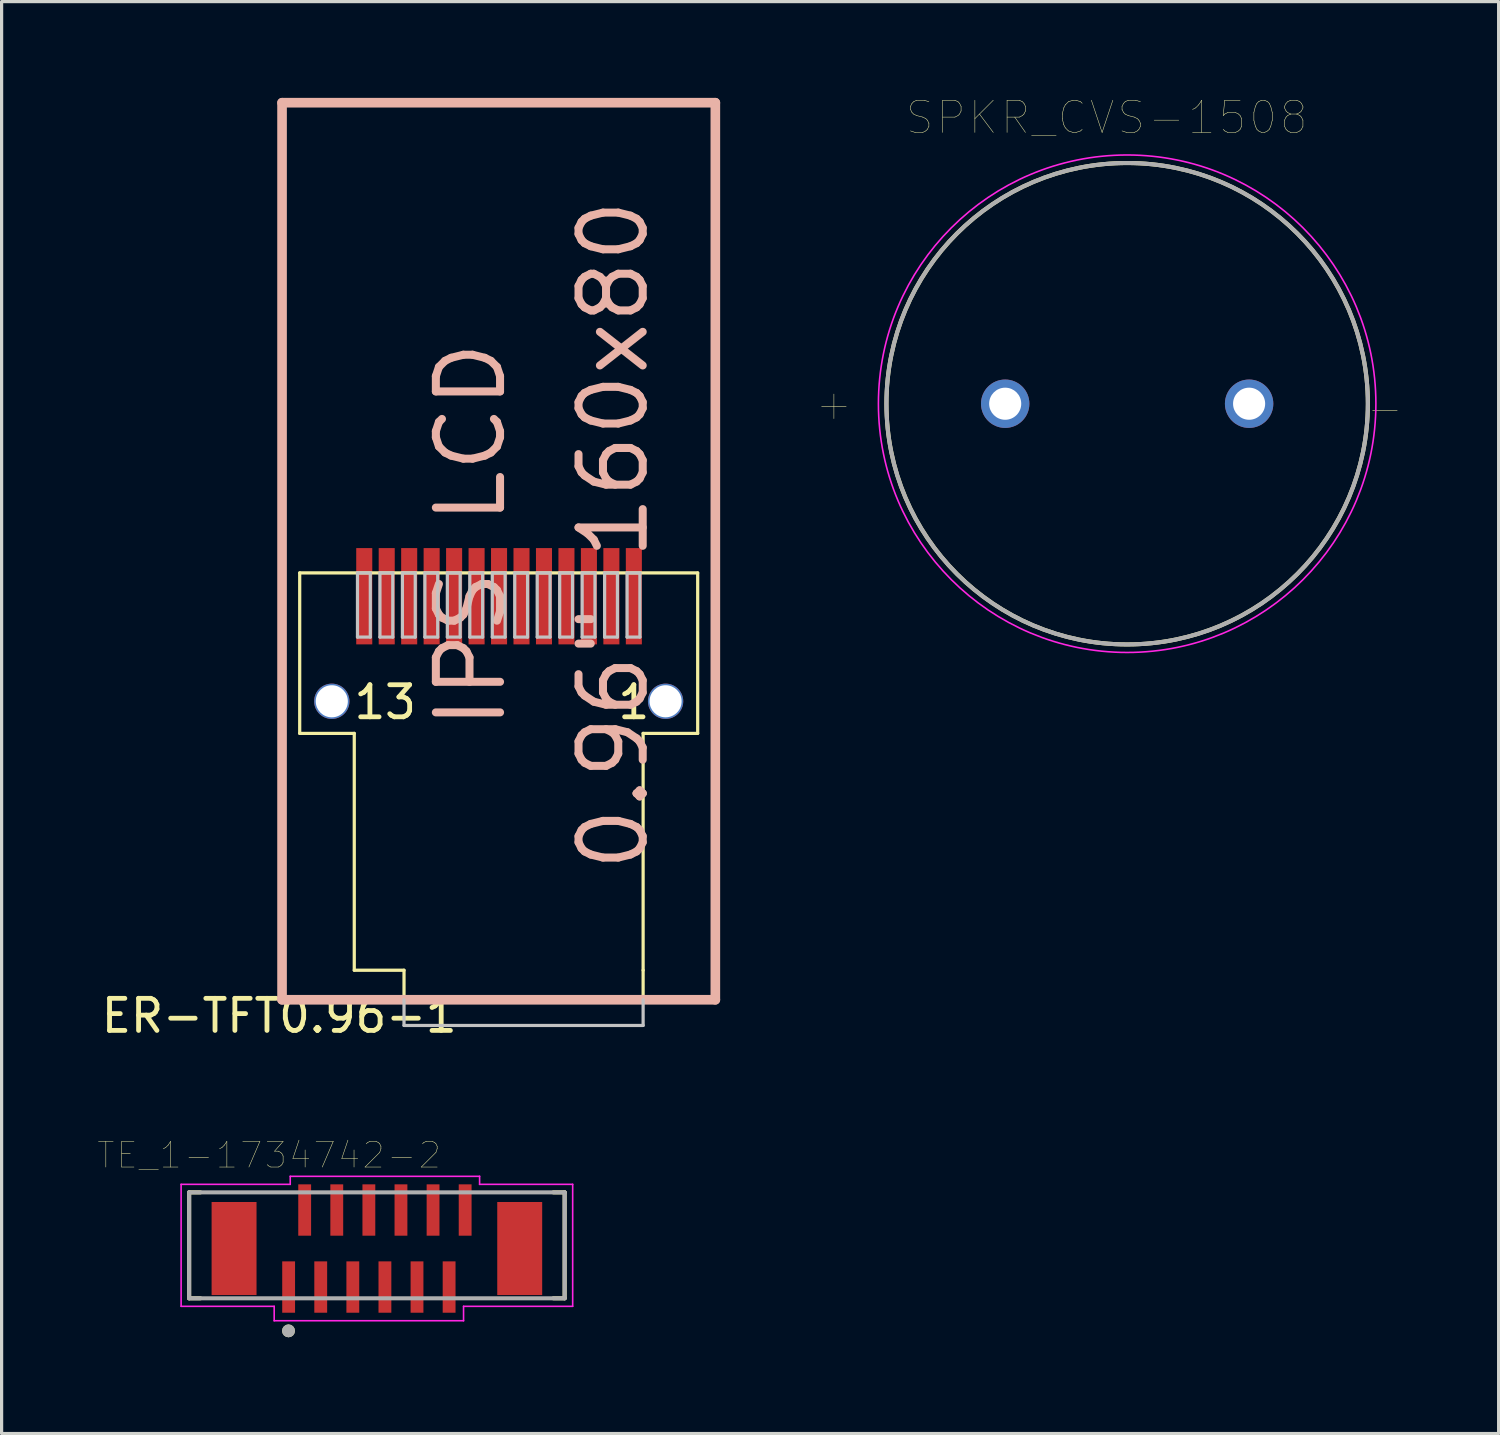
<source format=kicad_pcb>
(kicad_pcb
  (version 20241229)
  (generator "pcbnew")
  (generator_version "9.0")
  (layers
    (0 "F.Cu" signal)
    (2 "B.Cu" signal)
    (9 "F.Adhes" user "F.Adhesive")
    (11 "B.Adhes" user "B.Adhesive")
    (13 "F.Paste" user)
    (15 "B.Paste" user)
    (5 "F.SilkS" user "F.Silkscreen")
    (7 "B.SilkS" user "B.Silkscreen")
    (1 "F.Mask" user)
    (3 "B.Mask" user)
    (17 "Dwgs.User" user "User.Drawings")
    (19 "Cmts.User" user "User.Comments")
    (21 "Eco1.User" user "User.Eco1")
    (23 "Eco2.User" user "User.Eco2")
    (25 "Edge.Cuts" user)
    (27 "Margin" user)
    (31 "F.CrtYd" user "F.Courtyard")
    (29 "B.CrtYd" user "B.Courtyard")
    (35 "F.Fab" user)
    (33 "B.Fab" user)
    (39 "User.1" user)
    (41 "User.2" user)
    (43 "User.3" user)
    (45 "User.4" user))
  (footprint "TE_1-1734742-2"
    (layer "F.Cu")
    (at 8.693 35.851)
    (property "Reference" "TE_1-1734742-2" (at -3.36 -2.908 0) (layer "F.SilkS") (effects (font (size 0.8 0.8) (thickness 0.015))))
    (attr through_hole)
    (fp_line (start -5.85 -1.75) (end -5.85 1.55) (stroke (width 0.127) (type solid)) (layer "F.SilkS"))
    (fp_line (start -5.85 1.55) (end -5.5 1.55) (stroke (width 0.127) (type solid)) (layer "F.SilkS"))
    (fp_line (start -5.5 -1.75) (end -5.85 -1.75) (stroke (width 0.127) (type solid)) (layer "F.SilkS"))
    (fp_line (start 5.5 -1.75) (end 5.85 -1.75) (stroke (width 0.127) (type solid)) (layer "F.SilkS"))
    (fp_line (start 5.85 -1.75) (end 5.85 1.55) (stroke (width 0.127) (type solid)) (layer "F.SilkS"))
    (fp_line (start 5.85 1.55) (end 5.5 1.55) (stroke (width 0.127) (type solid)) (layer "F.SilkS"))
    (fp_circle (center -2.754 2.565) (end -2.654 2.565) (stroke (width 0.2) (type solid)) (fill no) (layer "F.SilkS"))
    (fp_line (start -6.1 -2) (end -2.7 -2) (stroke (width 0.05) (type solid)) (layer "F.CrtYd"))
    (fp_line (start -6.1 1.8) (end -6.1 -2) (stroke (width 0.05) (type solid)) (layer "F.CrtYd"))
    (fp_line (start -3.2 1.8) (end -6.1 1.8) (stroke (width 0.05) (type solid)) (layer "F.CrtYd"))
    (fp_line (start -3.2 2.25) (end -3.2 1.8) (stroke (width 0.05) (type solid)) (layer "F.CrtYd"))
    (fp_line (start -2.7 -2.25) (end 3.2 -2.25) (stroke (width 0.05) (type solid)) (layer "F.CrtYd"))
    (fp_line (start -2.7 -2) (end -2.7 -2.25) (stroke (width 0.05) (type solid)) (layer "F.CrtYd"))
    (fp_line (start 2.7 1.8) (end 2.7 2.25) (stroke (width 0.05) (type solid)) (layer "F.CrtYd"))
    (fp_line (start 2.7 2.25) (end -3.2 2.25) (stroke (width 0.05) (type solid)) (layer "F.CrtYd"))
    (fp_line (start 3.2 -2.25) (end 3.2 -2) (stroke (width 0.05) (type solid)) (layer "F.CrtYd"))
    (fp_line (start 3.2 -2) (end 6.1 -2) (stroke (width 0.05) (type solid)) (layer "F.CrtYd"))
    (fp_line (start 6.1 -2) (end 6.1 1.8) (stroke (width 0.05) (type solid)) (layer "F.CrtYd"))
    (fp_line (start 6.1 1.8) (end 2.7 1.8) (stroke (width 0.05) (type solid)) (layer "F.CrtYd"))
    (fp_line (start -5.85 -1.75) (end 5.85 -1.75) (stroke (width 0.127) (type solid)) (layer "F.Fab"))
    (fp_line (start -5.85 1.55) (end -5.85 -1.75) (stroke (width 0.127) (type solid)) (layer "F.Fab"))
    (fp_line (start 5.85 -1.75) (end 5.85 1.55) (stroke (width 0.127) (type solid)) (layer "F.Fab"))
    (fp_line (start 5.85 1.55) (end -5.85 1.55) (stroke (width 0.127) (type solid)) (layer "F.Fab"))
    (fp_circle (center -2.754 2.565) (end -2.654 2.565) (stroke (width 0.2) (type solid)) (fill no) (layer "F.Fab"))
    (pad "1" smd rect (at -2.75 1.2) (size 0.4 1.6) (layers "F.Cu" "F.Mask" "F.Paste"))
    (pad "2" smd rect (at -2.25 -1.2) (size 0.4 1.6) (layers "F.Cu" "F.Mask" "F.Paste"))
    (pad "3" smd rect (at -1.75 1.2) (size 0.4 1.6) (layers "F.Cu" "F.Mask" "F.Paste"))
    (pad "4" smd rect (at -1.25 -1.2) (size 0.4 1.6) (layers "F.Cu" "F.Mask" "F.Paste"))
    (pad "5" smd rect (at -0.75 1.2) (size 0.4 1.6) (layers "F.Cu" "F.Mask" "F.Paste"))
    (pad "6" smd rect (at -0.25 -1.2) (size 0.4 1.6) (layers "F.Cu" "F.Mask" "F.Paste"))
    (pad "7" smd rect (at 0.25 1.2) (size 0.4 1.6) (layers "F.Cu" "F.Mask" "F.Paste"))
    (pad "8" smd rect (at 0.75 -1.2) (size 0.4 1.6) (layers "F.Cu" "F.Mask" "F.Paste"))
    (pad "9" smd rect (at 1.25 1.2) (size 0.4 1.6) (layers "F.Cu" "F.Mask" "F.Paste"))
    (pad "10" smd rect (at 1.75 -1.2) (size 0.4 1.6) (layers "F.Cu" "F.Mask" "F.Paste"))
    (pad "11" smd rect (at 2.25 1.2) (size 0.4 1.6) (layers "F.Cu" "F.Mask" "F.Paste"))
    (pad "12" smd rect (at 2.75 -1.2) (size 0.4 1.6) (layers "F.Cu" "F.Mask" "F.Paste"))
    (pad "S1" smd rect (at -4.45 0) (size 1.4 2.9) (layers "F.Cu" "F.Mask" "F.Paste"))
    (pad "S2" smd rect (at 4.45 0) (size 1.4 2.9) (layers "F.Cu" "F.Mask" "F.Paste")))
  (footprint "SPKR_CVS-1508"
    (layer "F.Cu")
    (at 32.069 9.529)
    (property "Reference" "SPKR_CVS-1508" (at -0.637 -8.916 0) (layer "F.SilkS") (effects (font (size 1.003 1.003) (thickness 0.015))))
    (attr through_hole)
    (fp_circle (center 0 0) (end 7.5 0) (stroke (width 0.127) (type solid)) (fill no) (layer "F.SilkS"))
    (fp_circle (center 0 0) (end 7.75 0) (stroke (width 0.05) (type solid)) (fill no) (layer "F.CrtYd"))
    (fp_circle (center 0 0) (end 7.5 0) (stroke (width 0.127) (type solid)) (fill no) (layer "F.Fab"))
    (fp_text user "+" (at -9.137 0 0) (layer "F.SilkS") (effects (font (size 1.004 1.004) (thickness 0.015))))
    (fp_text user "-" (at 8.031 0.127 0) (layer "F.SilkS") (effects (font (size 1.004 1.004) (thickness 0.015))))
    (pad "1" thru_hole circle (at -3.8 0) (size 1.508 1.508) (drill 1) (layers "*.Cu" "*.Mask"))
    (pad "2" thru_hole circle (at 3.8 0) (size 1.508 1.508) (drill 1) (layers "*.Cu" "*.Mask")))
  (footprint "ER-TFT0.96-1"
    (layer "F.Cu")
    (at 5.649 28.1)
    (property "Reference" "ER-TFT0.96-1" (at 0 0.5 0) (layer "F.SilkS") (effects (font (size 1 1) (thickness 0.15))))
    (attr through_hole)
    (fp_line (start 0.639 -13.3) (end 0.639 -8.3) (stroke (width 0.1) (type solid)) (layer "F.SilkS"))
    (fp_line (start 0.639 -13.3) (end 13.039 -13.3) (stroke (width 0.1) (type solid)) (layer "F.SilkS"))
    (fp_line (start 0.639 -8.3) (end 2.339 -8.3) (stroke (width 0.1) (type solid)) (layer "F.SilkS"))
    (fp_line (start 2.339 -8.3) (end 2.339 -0.92) (stroke (width 0.1) (type solid)) (layer "F.SilkS"))
    (fp_line (start 2.339 -0.92) (end 3.889 -0.92) (stroke (width 0.1) (type solid)) (layer "F.SilkS"))
    (fp_line (start 3.889 -0.92) (end 3.889 0) (stroke (width 0.1) (type solid)) (layer "F.SilkS"))
    (fp_line (start 11.339 -8.3) (end 11.339 -0.92) (stroke (width 0.1) (type solid)) (layer "F.SilkS"))
    (fp_line (start 11.339 -0.92) (end 11.339 0) (stroke (width 0.1) (type solid)) (layer "F.SilkS"))
    (fp_line (start 13.039 -13.3) (end 13.039 -8.3) (stroke (width 0.1) (type solid)) (layer "F.SilkS"))
    (fp_line (start 13.039 -8.3) (end 11.339 -8.3) (stroke (width 0.1) (type solid)) (layer "F.SilkS"))
    (fp_line (start 0.089 -27.95) (end 13.589 -27.95) (stroke (width 0.3) (type solid)) (layer "B.SilkS"))
    (fp_line (start 0.089 0) (end 0.089 -27.95) (stroke (width 0.3) (type solid)) (layer "B.SilkS"))
    (fp_line (start 13.589 -27.95) (end 13.589 0) (stroke (width 0.3) (type solid)) (layer "B.SilkS"))
    (fp_line (start 13.589 0) (end 0.089 0) (stroke (width 0.3) (type solid)) (layer "B.SilkS"))
    (fp_line (start 2.439 -13.3) (end 2.839 -13.3) (stroke (width 0.1) (type solid)) (layer "Dwgs.User"))
    (fp_line (start 2.439 -11.3) (end 2.439 -13.3) (stroke (width 0.1) (type solid)) (layer "Dwgs.User"))
    (fp_line (start 2.839 -13.3) (end 2.839 -11.3) (stroke (width 0.1) (type solid)) (layer "Dwgs.User"))
    (fp_line (start 2.839 -11.3) (end 2.439 -11.3) (stroke (width 0.1) (type solid)) (layer "Dwgs.User"))
    (fp_line (start 3.139 -13.3) (end 3.539 -13.3) (stroke (width 0.1) (type solid)) (layer "Dwgs.User"))
    (fp_line (start 3.139 -11.3) (end 3.139 -13.3) (stroke (width 0.1) (type solid)) (layer "Dwgs.User"))
    (fp_line (start 3.539 -13.3) (end 3.539 -11.3) (stroke (width 0.1) (type solid)) (layer "Dwgs.User"))
    (fp_line (start 3.539 -11.3) (end 3.139 -11.3) (stroke (width 0.1) (type solid)) (layer "Dwgs.User"))
    (fp_line (start 3.839 -13.3) (end 4.239 -13.3) (stroke (width 0.1) (type solid)) (layer "Dwgs.User"))
    (fp_line (start 3.839 -11.3) (end 3.839 -13.3) (stroke (width 0.1) (type solid)) (layer "Dwgs.User"))
    (fp_line (start 3.889 0) (end 3.889 0.8) (stroke (width 0.1) (type solid)) (layer "Dwgs.User"))
    (fp_line (start 3.889 0.8) (end 11.339 0.8) (stroke (width 0.1) (type solid)) (layer "Dwgs.User"))
    (fp_line (start 4.239 -13.3) (end 4.239 -11.3) (stroke (width 0.1) (type solid)) (layer "Dwgs.User"))
    (fp_line (start 4.239 -11.3) (end 3.839 -11.3) (stroke (width 0.1) (type solid)) (layer "Dwgs.User"))
    (fp_line (start 4.539 -13.3) (end 4.939 -13.3) (stroke (width 0.1) (type solid)) (layer "Dwgs.User"))
    (fp_line (start 4.539 -11.3) (end 4.539 -13.3) (stroke (width 0.1) (type solid)) (layer "Dwgs.User"))
    (fp_line (start 4.939 -13.3) (end 4.939 -11.3) (stroke (width 0.1) (type solid)) (layer "Dwgs.User"))
    (fp_line (start 4.939 -11.3) (end 4.539 -11.3) (stroke (width 0.1) (type solid)) (layer "Dwgs.User"))
    (fp_line (start 5.239 -13.3) (end 5.639 -13.3) (stroke (width 0.1) (type solid)) (layer "Dwgs.User"))
    (fp_line (start 5.239 -11.3) (end 5.239 -13.3) (stroke (width 0.1) (type solid)) (layer "Dwgs.User"))
    (fp_line (start 5.639 -13.3) (end 5.639 -11.3) (stroke (width 0.1) (type solid)) (layer "Dwgs.User"))
    (fp_line (start 5.639 -11.3) (end 5.239 -11.3) (stroke (width 0.1) (type solid)) (layer "Dwgs.User"))
    (fp_line (start 5.939 -13.3) (end 6.339 -13.3) (stroke (width 0.1) (type solid)) (layer "Dwgs.User"))
    (fp_line (start 5.939 -11.3) (end 5.939 -13.3) (stroke (width 0.1) (type solid)) (layer "Dwgs.User"))
    (fp_line (start 6.339 -13.3) (end 6.339 -11.3) (stroke (width 0.1) (type solid)) (layer "Dwgs.User"))
    (fp_line (start 6.339 -11.3) (end 5.939 -11.3) (stroke (width 0.1) (type solid)) (layer "Dwgs.User"))
    (fp_line (start 6.639 -13.3) (end 6.639 -11.3) (stroke (width 0.1) (type solid)) (layer "Dwgs.User"))
    (fp_line (start 6.639 -11.3) (end 7.039 -11.3) (stroke (width 0.1) (type solid)) (layer "Dwgs.User"))
    (fp_line (start 7.039 -13.3) (end 6.639 -13.3) (stroke (width 0.1) (type solid)) (layer "Dwgs.User"))
    (fp_line (start 7.039 -11.3) (end 7.039 -13.3) (stroke (width 0.1) (type solid)) (layer "Dwgs.User"))
    (fp_line (start 7.339 -13.3) (end 7.739 -13.3) (stroke (width 0.1) (type solid)) (layer "Dwgs.User"))
    (fp_line (start 7.339 -11.3) (end 7.339 -13.3) (stroke (width 0.1) (type solid)) (layer "Dwgs.User"))
    (fp_line (start 7.739 -13.3) (end 7.739 -11.3) (stroke (width 0.1) (type solid)) (layer "Dwgs.User"))
    (fp_line (start 7.739 -11.3) (end 7.339 -11.3) (stroke (width 0.1) (type solid)) (layer "Dwgs.User"))
    (fp_line (start 8.039 -13.3) (end 8.439 -13.3) (stroke (width 0.1) (type solid)) (layer "Dwgs.User"))
    (fp_line (start 8.039 -11.3) (end 8.039 -13.3) (stroke (width 0.1) (type solid)) (layer "Dwgs.User"))
    (fp_line (start 8.439 -13.3) (end 8.439 -11.3) (stroke (width 0.1) (type solid)) (layer "Dwgs.User"))
    (fp_line (start 8.439 -11.3) (end 8.039 -11.3) (stroke (width 0.1) (type solid)) (layer "Dwgs.User"))
    (fp_line (start 8.739 -13.3) (end 9.139 -13.3) (stroke (width 0.1) (type solid)) (layer "Dwgs.User"))
    (fp_line (start 8.739 -11.3) (end 8.739 -13.3) (stroke (width 0.1) (type solid)) (layer "Dwgs.User"))
    (fp_line (start 9.139 -13.3) (end 9.139 -11.3) (stroke (width 0.1) (type solid)) (layer "Dwgs.User"))
    (fp_line (start 9.139 -11.3) (end 8.739 -11.3) (stroke (width 0.1) (type solid)) (layer "Dwgs.User"))
    (fp_line (start 9.439 -13.3) (end 9.839 -13.3) (stroke (width 0.1) (type solid)) (layer "Dwgs.User"))
    (fp_line (start 9.439 -11.3) (end 9.439 -13.3) (stroke (width 0.1) (type solid)) (layer "Dwgs.User"))
    (fp_line (start 9.839 -13.3) (end 9.839 -11.3) (stroke (width 0.1) (type solid)) (layer "Dwgs.User"))
    (fp_line (start 9.839 -11.3) (end 9.439 -11.3) (stroke (width 0.1) (type solid)) (layer "Dwgs.User"))
    (fp_line (start 10.139 -13.3) (end 10.539 -13.3) (stroke (width 0.1) (type solid)) (layer "Dwgs.User"))
    (fp_line (start 10.139 -11.3) (end 10.139 -13.3) (stroke (width 0.1) (type solid)) (layer "Dwgs.User"))
    (fp_line (start 10.539 -13.3) (end 10.539 -11.3) (stroke (width 0.1) (type solid)) (layer "Dwgs.User"))
    (fp_line (start 10.539 -11.3) (end 10.139 -11.3) (stroke (width 0.1) (type solid)) (layer "Dwgs.User"))
    (fp_line (start 10.839 -13.3) (end 11.239 -13.3) (stroke (width 0.1) (type solid)) (layer "Dwgs.User"))
    (fp_line (start 10.839 -11.3) (end 10.839 -13.3) (stroke (width 0.1) (type solid)) (layer "Dwgs.User"))
    (fp_line (start 11.239 -13.3) (end 11.239 -11.3) (stroke (width 0.1) (type solid)) (layer "Dwgs.User"))
    (fp_line (start 11.239 -11.3) (end 10.839 -11.3) (stroke (width 0.1) (type solid)) (layer "Dwgs.User"))
    (fp_line (start 11.339 0.8) (end 11.339 0) (stroke (width 0.1) (type solid)) (layer "Dwgs.User"))
    (fp_circle (center 1.639 -9.3) (end 1.889 -9.3) (stroke (width 0.1) (type solid)) (fill no) (layer "Dwgs.User"))
    (fp_circle (center 12.039 -9.3) (end 12.289 -9.3) (stroke (width 0.1) (type solid)) (fill no) (layer "Dwgs.User"))
    (fp_text user "1" (at 11.049 -9.271 0) (layer "F.SilkS") (effects (font (size 1 1) (thickness 0.15))))
    (fp_text user "13" (at 3.302 -9.271 0) (layer "F.SilkS") (effects (font (size 1 1) (thickness 0.15))))
    (fp_text user "IPS LCD" (at 5.969 -14.478 270) (layer "B.SilkS") (effects (font (size 2 2) (thickness 0.25))))
    (fp_text user "0.96\" 160x80" (at 10.414 -14.478 270) (layer "B.SilkS") (effects (font (size 2 2) (thickness 0.25))))
    (pad "" thru_hole circle (at 1.639 -9.3) (size 1.1 1.1) (drill 1) (layers "F.Cu"))
    (pad "" thru_hole circle (at 12.039 -9.3) (size 1.1 1.1) (drill 1) (layers "F.Cu"))
    (pad "1" smd rect (at 2.65 -12.573) (size 0.5 3) (layers "F.Cu" "F.Mask" "F.Paste"))
    (pad "2" smd rect (at 3.35 -12.573) (size 0.5 3) (layers "F.Cu" "F.Mask" "F.Paste"))
    (pad "3" smd rect (at 4.05 -12.573) (size 0.5 3) (layers "F.Cu" "F.Mask" "F.Paste"))
    (pad "4" smd rect (at 4.75 -12.573) (size 0.5 3) (layers "F.Cu" "F.Mask" "F.Paste"))
    (pad "5" smd rect (at 5.45 -12.573) (size 0.5 3) (layers "F.Cu" "F.Mask" "F.Paste"))
    (pad "6" smd rect (at 6.15 -12.573) (size 0.5 3) (layers "F.Cu" "F.Mask" "F.Paste"))
    (pad "7" smd rect (at 6.85 -12.573) (size 0.5 3) (layers "F.Cu" "F.Mask" "F.Paste"))
    (pad "8" smd rect (at 7.55 -12.573) (size 0.5 3) (layers "F.Cu" "F.Mask" "F.Paste"))
    (pad "9" smd rect (at 8.25 -12.573) (size 0.5 3) (layers "F.Cu" "F.Mask" "F.Paste"))
    (pad "10" smd rect (at 8.95 -12.573) (size 0.5 3) (layers "F.Cu" "F.Mask" "F.Paste"))
    (pad "11" smd rect (at 9.65 -12.573) (size 0.5 3) (layers "F.Cu" "F.Mask" "F.Paste"))
    (pad "12" smd rect (at 10.35 -12.573) (size 0.5 3) (layers "F.Cu" "F.Mask" "F.Paste"))
    (pad "13" smd rect (at 11.05 -12.573) (size 0.5 3) (layers "F.Cu" "F.Mask" "F.Paste")))
  (gr_rect
    (start -3 -3)
    (end 43.643 41.616)
    (stroke (width 0.1) (type default))
    (fill no)
    (layer "Edge.Cuts")))
</source>
